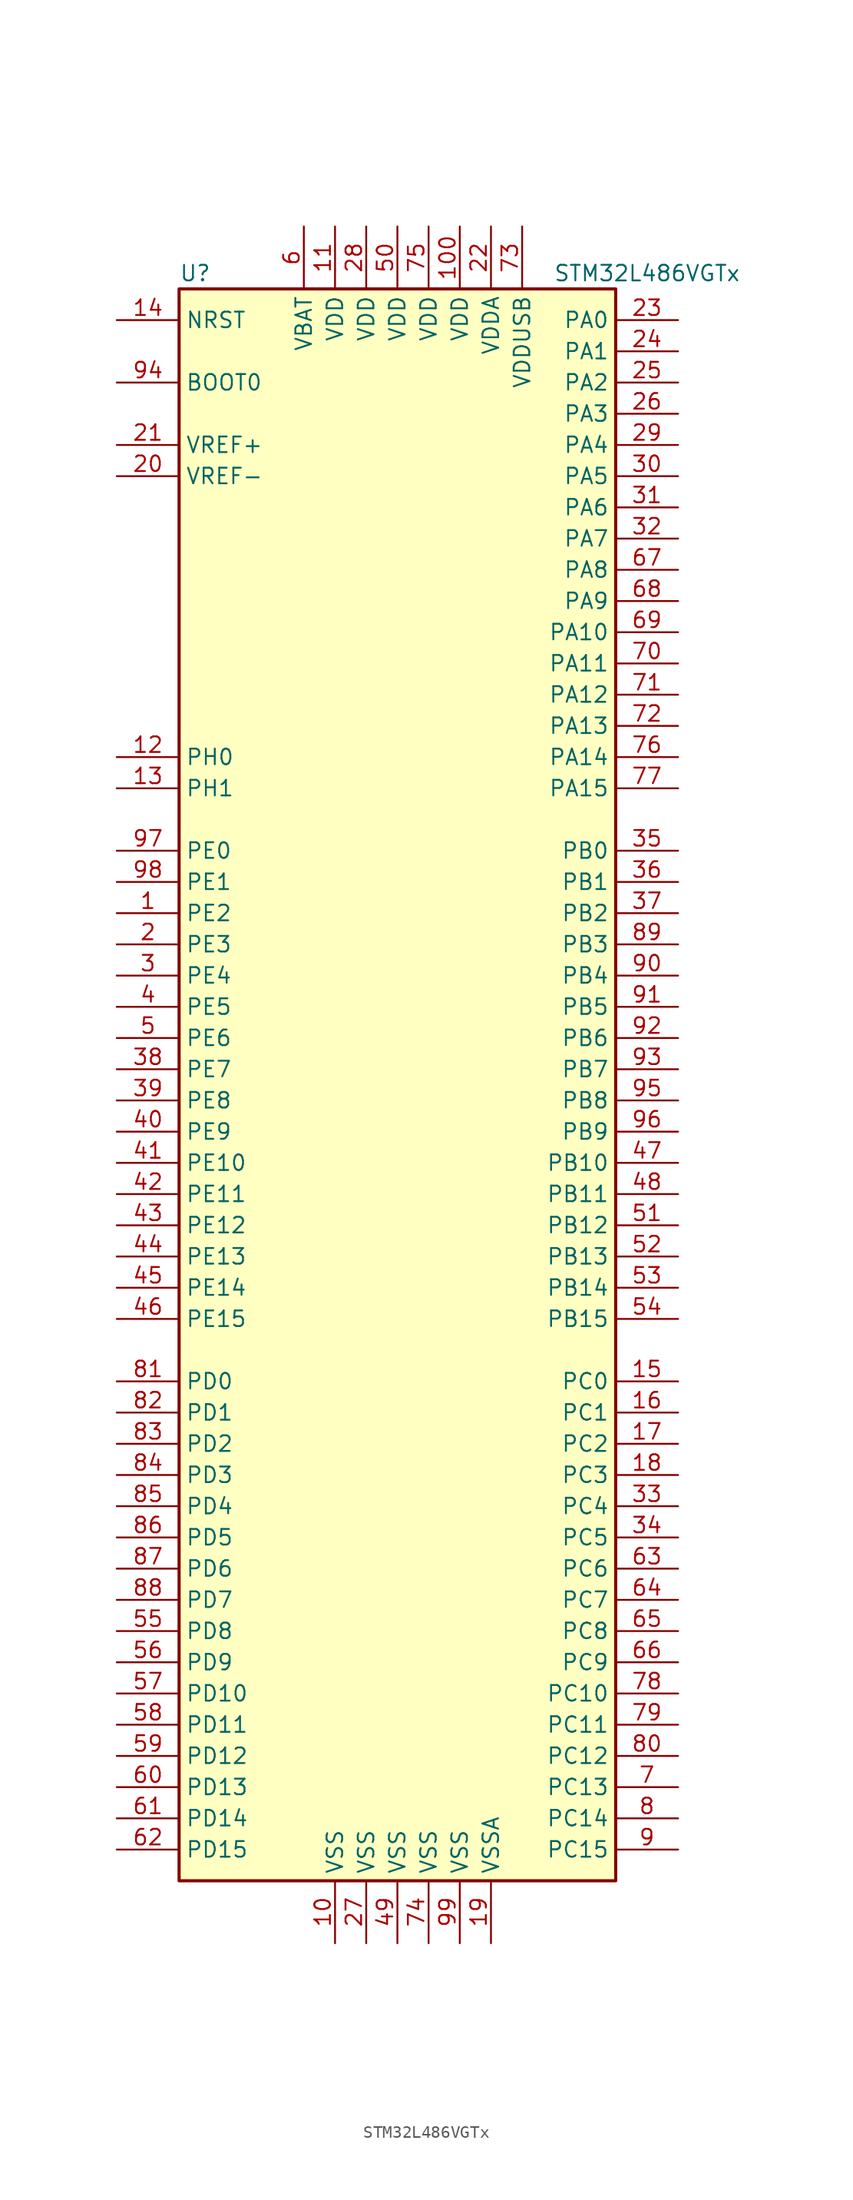
<source format=kicad_sym>
(kicad_symbol_lib
  (version 20220914)
  (generator kicad_symbol_editor)
  (symbol "STM32L486VGTx"
    (property "Reference" "U"
      (at -17.78 64.77 0)
      (effects (font (size 1.27 1.27)) (justify left)))
    (property "Value" "STM32L486VGTx"
      (at 12.7 64.77 0)
      (effects (font (size 1.27 1.27)) (justify left)))
    (symbol "STM32L486VGTx_0_1"
      (rectangle (start -17.78 -66.04) (end 17.78 63.5) (stroke (width 0.254) (type default)) (fill (type background))))
    (symbol "STM32L486VGTx_1_1"
      (pin bidirectional line (at -22.86 12.7 0) (length 5.08) (name "PE2" (effects (font (size 1.27 1.27)))) (number "1" (effects (font (size 1.27 1.27)))))
      (pin power_in line (at -5.08 -71.12 90) (length 5.08) (name "VSS" (effects (font (size 1.27 1.27)))) (number "10" (effects (font (size 1.27 1.27)))))
      (pin power_in line (at 5.08 68.58 270) (length 5.08) (name "VDD" (effects (font (size 1.27 1.27)))) (number "100" (effects (font (size 1.27 1.27)))))
      (pin power_in line (at -5.08 68.58 270) (length 5.08) (name "VDD" (effects (font (size 1.27 1.27)))) (number "11" (effects (font (size 1.27 1.27)))))
      (pin input line (at -22.86 25.4 0) (length 5.08) (name "PH0" (effects (font (size 1.27 1.27)))) (number "12" (effects (font (size 1.27 1.27)))))
      (pin input line (at -22.86 22.86 0) (length 5.08) (name "PH1" (effects (font (size 1.27 1.27)))) (number "13" (effects (font (size 1.27 1.27)))))
      (pin input line (at -22.86 60.96 0) (length 5.08) (name "NRST" (effects (font (size 1.27 1.27)))) (number "14" (effects (font (size 1.27 1.27)))))
      (pin bidirectional line (at 22.86 -25.4 180) (length 5.08) (name "PC0" (effects (font (size 1.27 1.27)))) (number "15" (effects (font (size 1.27 1.27)))))
      (pin bidirectional line (at 22.86 -27.94 180) (length 5.08) (name "PC1" (effects (font (size 1.27 1.27)))) (number "16" (effects (font (size 1.27 1.27)))))
      (pin bidirectional line (at 22.86 -30.48 180) (length 5.08) (name "PC2" (effects (font (size 1.27 1.27)))) (number "17" (effects (font (size 1.27 1.27)))))
      (pin bidirectional line (at 22.86 -33.02 180) (length 5.08) (name "PC3" (effects (font (size 1.27 1.27)))) (number "18" (effects (font (size 1.27 1.27)))))
      (pin power_in line (at 7.62 -71.12 90) (length 5.08) (name "VSSA" (effects (font (size 1.27 1.27)))) (number "19" (effects (font (size 1.27 1.27)))))
      (pin bidirectional line (at -22.86 10.16 0) (length 5.08) (name "PE3" (effects (font (size 1.27 1.27)))) (number "2" (effects (font (size 1.27 1.27)))))
      (pin power_in line (at -22.86 48.26 0) (length 5.08) (name "VREF-" (effects (font (size 1.27 1.27)))) (number "20" (effects (font (size 1.27 1.27)))))
      (pin bidirectional line (at -22.86 50.8 0) (length 5.08) (name "VREF+" (effects (font (size 1.27 1.27)))) (number "21" (effects (font (size 1.27 1.27)))))
      (pin power_in line (at 7.62 68.58 270) (length 5.08) (name "VDDA" (effects (font (size 1.27 1.27)))) (number "22" (effects (font (size 1.27 1.27)))))
      (pin bidirectional line (at 22.86 60.96 180) (length 5.08) (name "PA0" (effects (font (size 1.27 1.27)))) (number "23" (effects (font (size 1.27 1.27)))))
      (pin bidirectional line (at 22.86 58.42 180) (length 5.08) (name "PA1" (effects (font (size 1.27 1.27)))) (number "24" (effects (font (size 1.27 1.27)))))
      (pin bidirectional line (at 22.86 55.88 180) (length 5.08) (name "PA2" (effects (font (size 1.27 1.27)))) (number "25" (effects (font (size 1.27 1.27)))))
      (pin bidirectional line (at 22.86 53.34 180) (length 5.08) (name "PA3" (effects (font (size 1.27 1.27)))) (number "26" (effects (font (size 1.27 1.27)))))
      (pin power_in line (at -2.54 -71.12 90) (length 5.08) (name "VSS" (effects (font (size 1.27 1.27)))) (number "27" (effects (font (size 1.27 1.27)))))
      (pin power_in line (at -2.54 68.58 270) (length 5.08) (name "VDD" (effects (font (size 1.27 1.27)))) (number "28" (effects (font (size 1.27 1.27)))))
      (pin bidirectional line (at 22.86 50.8 180) (length 5.08) (name "PA4" (effects (font (size 1.27 1.27)))) (number "29" (effects (font (size 1.27 1.27)))))
      (pin bidirectional line (at -22.86 7.62 0) (length 5.08) (name "PE4" (effects (font (size 1.27 1.27)))) (number "3" (effects (font (size 1.27 1.27)))))
      (pin bidirectional line (at 22.86 48.26 180) (length 5.08) (name "PA5" (effects (font (size 1.27 1.27)))) (number "30" (effects (font (size 1.27 1.27)))))
      (pin bidirectional line (at 22.86 45.72 180) (length 5.08) (name "PA6" (effects (font (size 1.27 1.27)))) (number "31" (effects (font (size 1.27 1.27)))))
      (pin bidirectional line (at 22.86 43.18 180) (length 5.08) (name "PA7" (effects (font (size 1.27 1.27)))) (number "32" (effects (font (size 1.27 1.27)))))
      (pin bidirectional line (at 22.86 -35.56 180) (length 5.08) (name "PC4" (effects (font (size 1.27 1.27)))) (number "33" (effects (font (size 1.27 1.27)))))
      (pin bidirectional line (at 22.86 -38.1 180) (length 5.08) (name "PC5" (effects (font (size 1.27 1.27)))) (number "34" (effects (font (size 1.27 1.27)))))
      (pin bidirectional line (at 22.86 17.78 180) (length 5.08) (name "PB0" (effects (font (size 1.27 1.27)))) (number "35" (effects (font (size 1.27 1.27)))))
      (pin bidirectional line (at 22.86 15.24 180) (length 5.08) (name "PB1" (effects (font (size 1.27 1.27)))) (number "36" (effects (font (size 1.27 1.27)))))
      (pin bidirectional line (at 22.86 12.7 180) (length 5.08) (name "PB2" (effects (font (size 1.27 1.27)))) (number "37" (effects (font (size 1.27 1.27)))))
      (pin bidirectional line (at -22.86 0 0) (length 5.08) (name "PE7" (effects (font (size 1.27 1.27)))) (number "38" (effects (font (size 1.27 1.27)))))
      (pin bidirectional line (at -22.86 -2.54 0) (length 5.08) (name "PE8" (effects (font (size 1.27 1.27)))) (number "39" (effects (font (size 1.27 1.27)))))
      (pin bidirectional line (at -22.86 5.08 0) (length 5.08) (name "PE5" (effects (font (size 1.27 1.27)))) (number "4" (effects (font (size 1.27 1.27)))))
      (pin bidirectional line (at -22.86 -5.08 0) (length 5.08) (name "PE9" (effects (font (size 1.27 1.27)))) (number "40" (effects (font (size 1.27 1.27)))))
      (pin bidirectional line (at -22.86 -7.62 0) (length 5.08) (name "PE10" (effects (font (size 1.27 1.27)))) (number "41" (effects (font (size 1.27 1.27)))))
      (pin bidirectional line (at -22.86 -10.16 0) (length 5.08) (name "PE11" (effects (font (size 1.27 1.27)))) (number "42" (effects (font (size 1.27 1.27)))))
      (pin bidirectional line (at -22.86 -12.7 0) (length 5.08) (name "PE12" (effects (font (size 1.27 1.27)))) (number "43" (effects (font (size 1.27 1.27)))))
      (pin bidirectional line (at -22.86 -15.24 0) (length 5.08) (name "PE13" (effects (font (size 1.27 1.27)))) (number "44" (effects (font (size 1.27 1.27)))))
      (pin bidirectional line (at -22.86 -17.78 0) (length 5.08) (name "PE14" (effects (font (size 1.27 1.27)))) (number "45" (effects (font (size 1.27 1.27)))))
      (pin bidirectional line (at -22.86 -20.32 0) (length 5.08) (name "PE15" (effects (font (size 1.27 1.27)))) (number "46" (effects (font (size 1.27 1.27)))))
      (pin bidirectional line (at 22.86 -7.62 180) (length 5.08) (name "PB10" (effects (font (size 1.27 1.27)))) (number "47" (effects (font (size 1.27 1.27)))))
      (pin bidirectional line (at 22.86 -10.16 180) (length 5.08) (name "PB11" (effects (font (size 1.27 1.27)))) (number "48" (effects (font (size 1.27 1.27)))))
      (pin power_in line (at 0 -71.12 90) (length 5.08) (name "VSS" (effects (font (size 1.27 1.27)))) (number "49" (effects (font (size 1.27 1.27)))))
      (pin bidirectional line (at -22.86 2.54 0) (length 5.08) (name "PE6" (effects (font (size 1.27 1.27)))) (number "5" (effects (font (size 1.27 1.27)))))
      (pin power_in line (at 0 68.58 270) (length 5.08) (name "VDD" (effects (font (size 1.27 1.27)))) (number "50" (effects (font (size 1.27 1.27)))))
      (pin bidirectional line (at 22.86 -12.7 180) (length 5.08) (name "PB12" (effects (font (size 1.27 1.27)))) (number "51" (effects (font (size 1.27 1.27)))))
      (pin bidirectional line (at 22.86 -15.24 180) (length 5.08) (name "PB13" (effects (font (size 1.27 1.27)))) (number "52" (effects (font (size 1.27 1.27)))))
      (pin bidirectional line (at 22.86 -17.78 180) (length 5.08) (name "PB14" (effects (font (size 1.27 1.27)))) (number "53" (effects (font (size 1.27 1.27)))))
      (pin bidirectional line (at 22.86 -20.32 180) (length 5.08) (name "PB15" (effects (font (size 1.27 1.27)))) (number "54" (effects (font (size 1.27 1.27)))))
      (pin bidirectional line (at -22.86 -45.72 0) (length 5.08) (name "PD8" (effects (font (size 1.27 1.27)))) (number "55" (effects (font (size 1.27 1.27)))))
      (pin bidirectional line (at -22.86 -48.26 0) (length 5.08) (name "PD9" (effects (font (size 1.27 1.27)))) (number "56" (effects (font (size 1.27 1.27)))))
      (pin bidirectional line (at -22.86 -50.8 0) (length 5.08) (name "PD10" (effects (font (size 1.27 1.27)))) (number "57" (effects (font (size 1.27 1.27)))))
      (pin bidirectional line (at -22.86 -53.34 0) (length 5.08) (name "PD11" (effects (font (size 1.27 1.27)))) (number "58" (effects (font (size 1.27 1.27)))))
      (pin bidirectional line (at -22.86 -55.88 0) (length 5.08) (name "PD12" (effects (font (size 1.27 1.27)))) (number "59" (effects (font (size 1.27 1.27)))))
      (pin power_in line (at -7.62 68.58 270) (length 5.08) (name "VBAT" (effects (font (size 1.27 1.27)))) (number "6" (effects (font (size 1.27 1.27)))))
      (pin bidirectional line (at -22.86 -58.42 0) (length 5.08) (name "PD13" (effects (font (size 1.27 1.27)))) (number "60" (effects (font (size 1.27 1.27)))))
      (pin bidirectional line (at -22.86 -60.96 0) (length 5.08) (name "PD14" (effects (font (size 1.27 1.27)))) (number "61" (effects (font (size 1.27 1.27)))))
      (pin bidirectional line (at -22.86 -63.5 0) (length 5.08) (name "PD15" (effects (font (size 1.27 1.27)))) (number "62" (effects (font (size 1.27 1.27)))))
      (pin bidirectional line (at 22.86 -40.64 180) (length 5.08) (name "PC6" (effects (font (size 1.27 1.27)))) (number "63" (effects (font (size 1.27 1.27)))))
      (pin bidirectional line (at 22.86 -43.18 180) (length 5.08) (name "PC7" (effects (font (size 1.27 1.27)))) (number "64" (effects (font (size 1.27 1.27)))))
      (pin bidirectional line (at 22.86 -45.72 180) (length 5.08) (name "PC8" (effects (font (size 1.27 1.27)))) (number "65" (effects (font (size 1.27 1.27)))))
      (pin bidirectional line (at 22.86 -48.26 180) (length 5.08) (name "PC9" (effects (font (size 1.27 1.27)))) (number "66" (effects (font (size 1.27 1.27)))))
      (pin bidirectional line (at 22.86 40.64 180) (length 5.08) (name "PA8" (effects (font (size 1.27 1.27)))) (number "67" (effects (font (size 1.27 1.27)))))
      (pin bidirectional line (at 22.86 38.1 180) (length 5.08) (name "PA9" (effects (font (size 1.27 1.27)))) (number "68" (effects (font (size 1.27 1.27)))))
      (pin bidirectional line (at 22.86 35.56 180) (length 5.08) (name "PA10" (effects (font (size 1.27 1.27)))) (number "69" (effects (font (size 1.27 1.27)))))
      (pin bidirectional line (at 22.86 -58.42 180) (length 5.08) (name "PC13" (effects (font (size 1.27 1.27)))) (number "7" (effects (font (size 1.27 1.27)))))
      (pin bidirectional line (at 22.86 33.02 180) (length 5.08) (name "PA11" (effects (font (size 1.27 1.27)))) (number "70" (effects (font (size 1.27 1.27)))))
      (pin bidirectional line (at 22.86 30.48 180) (length 5.08) (name "PA12" (effects (font (size 1.27 1.27)))) (number "71" (effects (font (size 1.27 1.27)))))
      (pin bidirectional line (at 22.86 27.94 180) (length 5.08) (name "PA13" (effects (font (size 1.27 1.27)))) (number "72" (effects (font (size 1.27 1.27)))))
      (pin power_in line (at 10.16 68.58 270) (length 5.08) (name "VDDUSB" (effects (font (size 1.27 1.27)))) (number "73" (effects (font (size 1.27 1.27)))))
      (pin power_in line (at 2.54 -71.12 90) (length 5.08) (name "VSS" (effects (font (size 1.27 1.27)))) (number "74" (effects (font (size 1.27 1.27)))))
      (pin power_in line (at 2.54 68.58 270) (length 5.08) (name "VDD" (effects (font (size 1.27 1.27)))) (number "75" (effects (font (size 1.27 1.27)))))
      (pin bidirectional line (at 22.86 25.4 180) (length 5.08) (name "PA14" (effects (font (size 1.27 1.27)))) (number "76" (effects (font (size 1.27 1.27)))))
      (pin bidirectional line (at 22.86 22.86 180) (length 5.08) (name "PA15" (effects (font (size 1.27 1.27)))) (number "77" (effects (font (size 1.27 1.27)))))
      (pin bidirectional line (at 22.86 -50.8 180) (length 5.08) (name "PC10" (effects (font (size 1.27 1.27)))) (number "78" (effects (font (size 1.27 1.27)))))
      (pin bidirectional line (at 22.86 -53.34 180) (length 5.08) (name "PC11" (effects (font (size 1.27 1.27)))) (number "79" (effects (font (size 1.27 1.27)))))
      (pin bidirectional line (at 22.86 -60.96 180) (length 5.08) (name "PC14" (effects (font (size 1.27 1.27)))) (number "8" (effects (font (size 1.27 1.27)))))
      (pin bidirectional line (at 22.86 -55.88 180) (length 5.08) (name "PC12" (effects (font (size 1.27 1.27)))) (number "80" (effects (font (size 1.27 1.27)))))
      (pin bidirectional line (at -22.86 -25.4 0) (length 5.08) (name "PD0" (effects (font (size 1.27 1.27)))) (number "81" (effects (font (size 1.27 1.27)))))
      (pin bidirectional line (at -22.86 -27.94 0) (length 5.08) (name "PD1" (effects (font (size 1.27 1.27)))) (number "82" (effects (font (size 1.27 1.27)))))
      (pin bidirectional line (at -22.86 -30.48 0) (length 5.08) (name "PD2" (effects (font (size 1.27 1.27)))) (number "83" (effects (font (size 1.27 1.27)))))
      (pin bidirectional line (at -22.86 -33.02 0) (length 5.08) (name "PD3" (effects (font (size 1.27 1.27)))) (number "84" (effects (font (size 1.27 1.27)))))
      (pin bidirectional line (at -22.86 -35.56 0) (length 5.08) (name "PD4" (effects (font (size 1.27 1.27)))) (number "85" (effects (font (size 1.27 1.27)))))
      (pin bidirectional line (at -22.86 -38.1 0) (length 5.08) (name "PD5" (effects (font (size 1.27 1.27)))) (number "86" (effects (font (size 1.27 1.27)))))
      (pin bidirectional line (at -22.86 -40.64 0) (length 5.08) (name "PD6" (effects (font (size 1.27 1.27)))) (number "87" (effects (font (size 1.27 1.27)))))
      (pin bidirectional line (at -22.86 -43.18 0) (length 5.08) (name "PD7" (effects (font (size 1.27 1.27)))) (number "88" (effects (font (size 1.27 1.27)))))
      (pin bidirectional line (at 22.86 10.16 180) (length 5.08) (name "PB3" (effects (font (size 1.27 1.27)))) (number "89" (effects (font (size 1.27 1.27)))))
      (pin bidirectional line (at 22.86 -63.5 180) (length 5.08) (name "PC15" (effects (font (size 1.27 1.27)))) (number "9" (effects (font (size 1.27 1.27)))))
      (pin bidirectional line (at 22.86 7.62 180) (length 5.08) (name "PB4" (effects (font (size 1.27 1.27)))) (number "90" (effects (font (size 1.27 1.27)))))
      (pin bidirectional line (at 22.86 5.08 180) (length 5.08) (name "PB5" (effects (font (size 1.27 1.27)))) (number "91" (effects (font (size 1.27 1.27)))))
      (pin bidirectional line (at 22.86 2.54 180) (length 5.08) (name "PB6" (effects (font (size 1.27 1.27)))) (number "92" (effects (font (size 1.27 1.27)))))
      (pin bidirectional line (at 22.86 0 180) (length 5.08) (name "PB7" (effects (font (size 1.27 1.27)))) (number "93" (effects (font (size 1.27 1.27)))))
      (pin input line (at -22.86 55.88 0) (length 5.08) (name "BOOT0" (effects (font (size 1.27 1.27)))) (number "94" (effects (font (size 1.27 1.27)))))
      (pin bidirectional line (at 22.86 -2.54 180) (length 5.08) (name "PB8" (effects (font (size 1.27 1.27)))) (number "95" (effects (font (size 1.27 1.27)))))
      (pin bidirectional line (at 22.86 -5.08 180) (length 5.08) (name "PB9" (effects (font (size 1.27 1.27)))) (number "96" (effects (font (size 1.27 1.27)))))
      (pin bidirectional line (at -22.86 17.78 0) (length 5.08) (name "PE0" (effects (font (size 1.27 1.27)))) (number "97" (effects (font (size 1.27 1.27)))))
      (pin bidirectional line (at -22.86 15.24 0) (length 5.08) (name "PE1" (effects (font (size 1.27 1.27)))) (number "98" (effects (font (size 1.27 1.27)))))
      (pin power_in line (at 5.08 -71.12 90) (length 5.08) (name "VSS" (effects (font (size 1.27 1.27)))) (number "99" (effects (font (size 1.27 1.27))))))))
</source>
